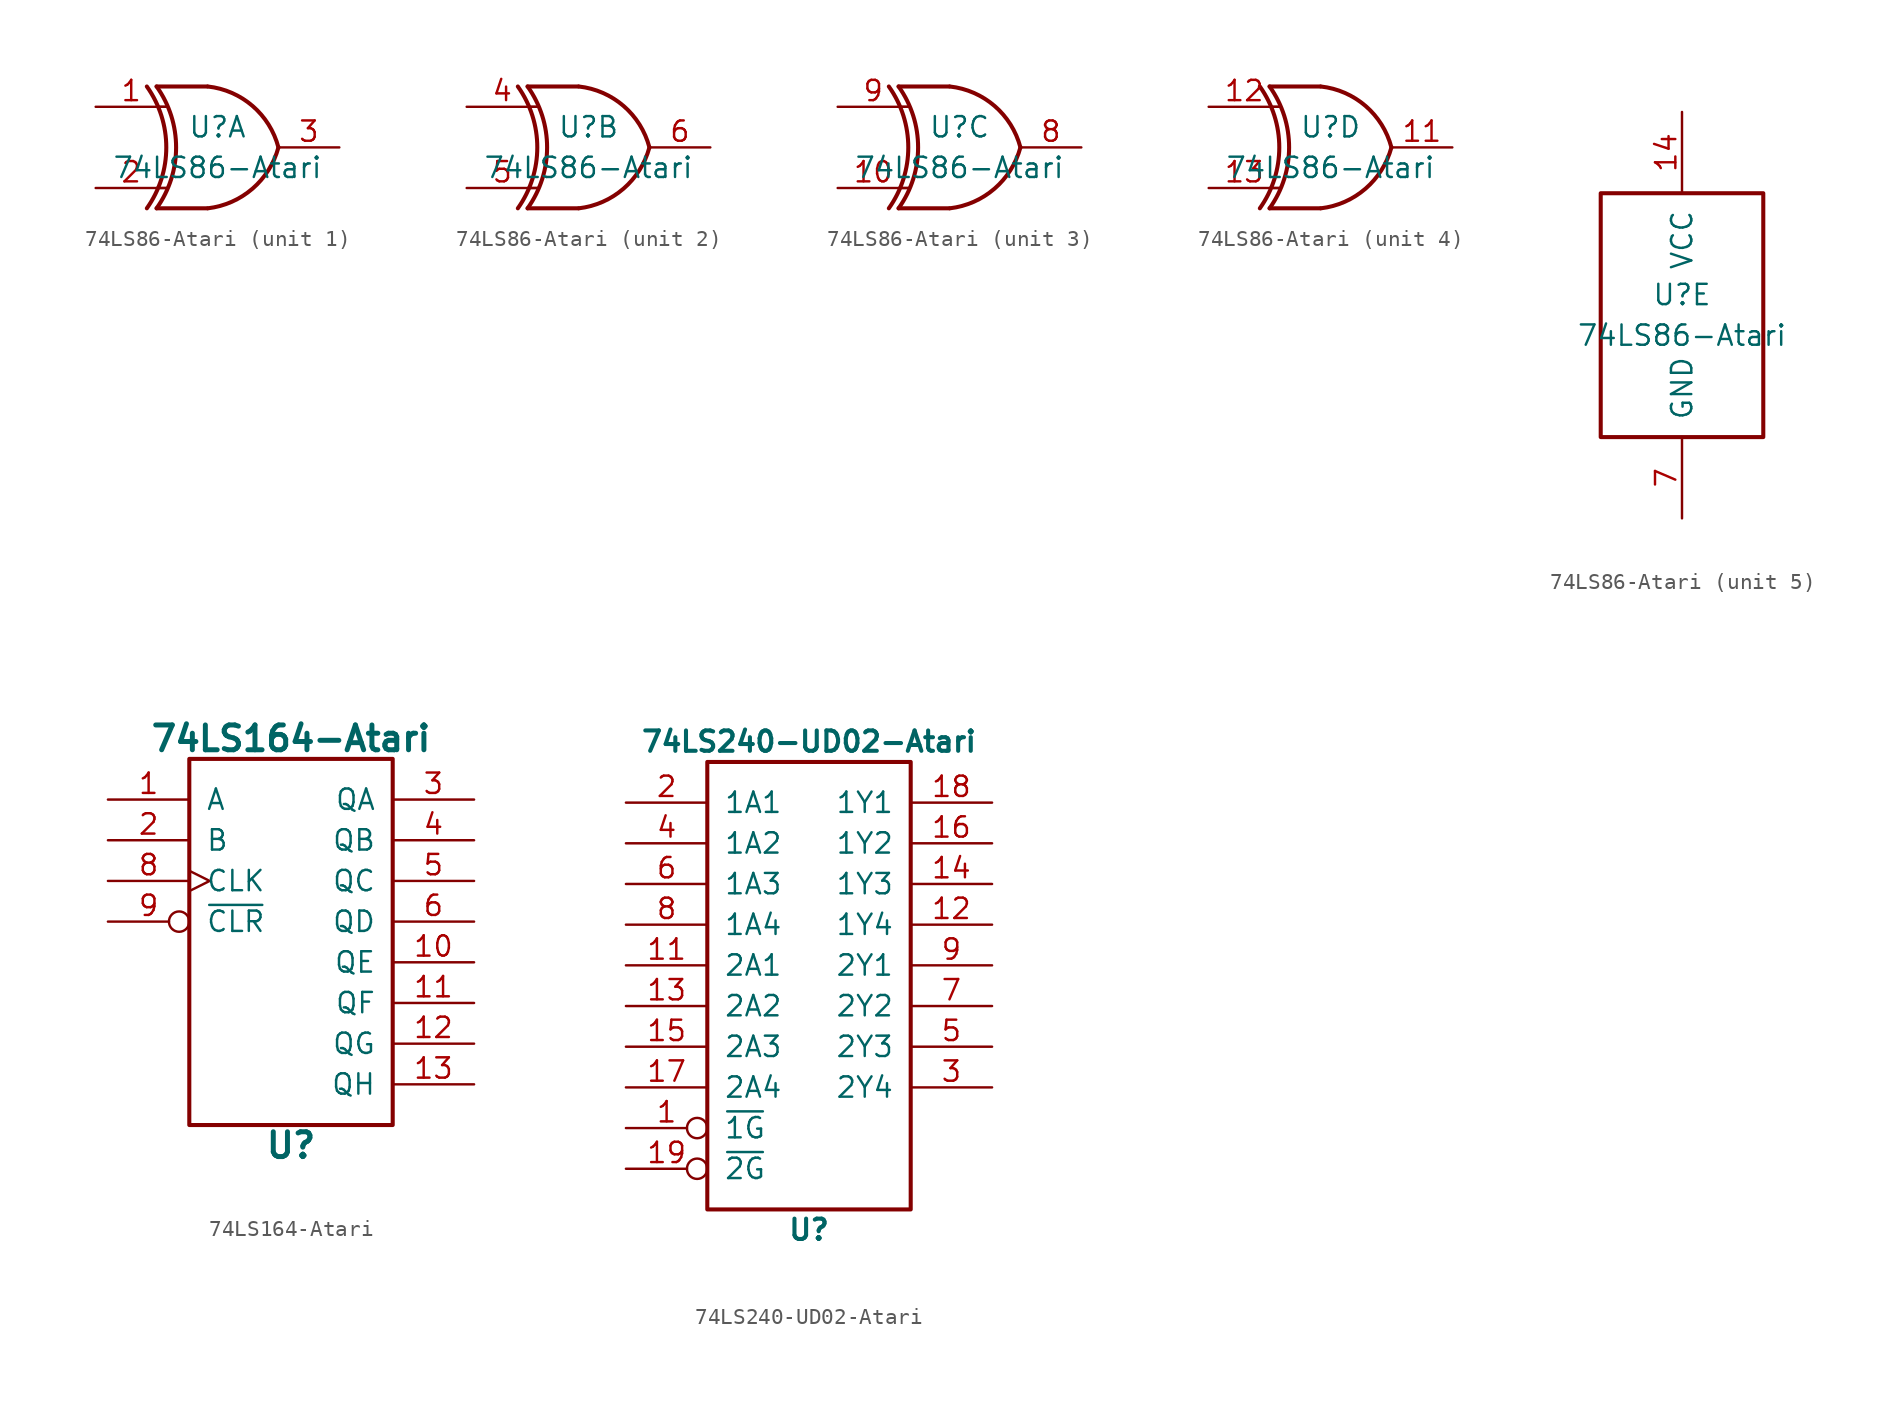
<source format=kicad_sym>
(kicad_symbol_lib
  (version 20231120)
  (generator "kicad_symbol_editor")
  (generator_version "8.0")
  (symbol "74LS86-Atari"
    (pin_names
      (offset 1.016))
    (property "Reference" "U"
      (at 0 1.27 0)
      (effects (font (size 1.27 1.27))))
    (property "Value" "74LS86-Atari"
      (at 0 -1.27 0)
      (effects (font (size 1.27 1.27))))
    (property "ki_locked" ""
      (at 0 0 0)
      (effects (font (size 1.27 1.27))))
    (symbol "74LS86-Atari_1_0"
      (arc (start -4.4196 -3.81) (mid -3.2033 0) (end -4.4196 3.81) (stroke (width 0.254) (type solid)) (fill (type none)))
      (arc (start -3.81 -3.81) (mid -2.589 0) (end -3.81 3.81) (stroke (width 0.254) (type solid)) (fill (type none)))
      (arc (start -0.6096 -3.81) (mid 2.1842 -2.5851) (end 3.81 0) (stroke (width 0.254) (type solid)) (fill (type none)))
      (polyline (pts (xy -3.81 -3.81) (xy -0.635 -3.81)) (stroke (width 0.254) (type solid)) (fill (type background)))
      (polyline (pts (xy -3.81 3.81) (xy -0.635 3.81)) (stroke (width 0.254) (type solid)) (fill (type none)))
      (polyline (pts (xy -0.635 3.81) (xy -3.81 3.81) (xy -3.81 3.81) (xy -3.556 3.404) (xy -3.023 2.261) (xy -2.692 1.041) (xy -2.616 -0.254) (xy -2.769 -1.499) (xy -3.175 -2.718) (xy -3.81 -3.81) (xy -3.81 -3.81) (xy -0.635 -3.81)) (stroke (width -25.4) (type solid)) (fill (type none)))
      (arc (start 3.81 0) (mid 2.1915 2.5936) (end -0.6096 3.81) (stroke (width 0.254) (type solid)) (fill (type none)))
      (pin input line (at -7.62 2.54 0) (length 4.445) (name "~" (effects (font (size 1.27 1.27)))) (number "1" (effects (font (size 1.27 1.27)))))
      (pin input line (at -7.62 -2.54 0) (length 4.445) (name "~" (effects (font (size 1.27 1.27)))) (number "2" (effects (font (size 1.27 1.27)))))
      (pin output line (at 7.62 0 180) (length 3.81) (name "~" (effects (font (size 1.27 1.27)))) (number "3" (effects (font (size 1.27 1.27))))))
    (symbol "74LS86-Atari_1_1"
      (polyline (pts (xy -3.81 -2.54) (xy -3.175 -2.54)) (stroke (width 0.152) (type solid)) (fill (type none)))
      (polyline (pts (xy -3.81 2.54) (xy -3.175 2.54)) (stroke (width 0.152) (type solid)) (fill (type none))))
    (symbol "74LS86-Atari_2_0"
      (arc (start -4.4196 -3.81) (mid -3.2033 0) (end -4.4196 3.81) (stroke (width 0.254) (type solid)) (fill (type none)))
      (arc (start -3.81 -3.81) (mid -2.589 0) (end -3.81 3.81) (stroke (width 0.254) (type solid)) (fill (type none)))
      (arc (start -0.6096 -3.81) (mid 2.1842 -2.5851) (end 3.81 0) (stroke (width 0.254) (type solid)) (fill (type none)))
      (polyline (pts (xy -3.81 -3.81) (xy -0.635 -3.81)) (stroke (width 0.254) (type solid)) (fill (type none)))
      (polyline (pts (xy -3.81 3.81) (xy -0.635 3.81)) (stroke (width 0.254) (type solid)) (fill (type none)))
      (polyline (pts (xy -0.635 3.81) (xy -3.81 3.81) (xy -3.81 3.81) (xy -3.556 3.404) (xy -3.023 2.261) (xy -2.692 1.041) (xy -2.616 -0.254) (xy -2.769 -1.499) (xy -3.175 -2.718) (xy -3.81 -3.81) (xy -3.81 -3.81) (xy -0.635 -3.81)) (stroke (width -25.4) (type solid)) (fill (type none)))
      (arc (start 3.81 0) (mid 2.1915 2.5936) (end -0.6096 3.81) (stroke (width 0.254) (type solid)) (fill (type none)))
      (pin input line (at -7.62 2.54 0) (length 4.445) (name "~" (effects (font (size 1.27 1.27)))) (number "4" (effects (font (size 1.27 1.27)))))
      (pin input line (at -7.62 -2.54 0) (length 4.445) (name "~" (effects (font (size 1.27 1.27)))) (number "5" (effects (font (size 1.27 1.27)))))
      (pin output line (at 7.62 0 180) (length 3.81) (name "~" (effects (font (size 1.27 1.27)))) (number "6" (effects (font (size 1.27 1.27))))))
    (symbol "74LS86-Atari_2_1"
      (polyline (pts (xy -3.81 -2.54) (xy -3.175 -2.54)) (stroke (width 0.152) (type solid)) (fill (type none)))
      (polyline (pts (xy -3.81 2.54) (xy -3.175 2.54)) (stroke (width 0.152) (type solid)) (fill (type none))))
    (symbol "74LS86-Atari_3_0"
      (arc (start -4.4196 -3.81) (mid -3.2033 0) (end -4.4196 3.81) (stroke (width 0.254) (type solid)) (fill (type none)))
      (arc (start -3.81 -3.81) (mid -2.589 0) (end -3.81 3.81) (stroke (width 0.254) (type solid)) (fill (type none)))
      (arc (start -0.6096 -3.81) (mid 2.1842 -2.5851) (end 3.81 0) (stroke (width 0.254) (type solid)) (fill (type none)))
      (polyline (pts (xy -3.81 -3.81) (xy -0.635 -3.81)) (stroke (width 0.254) (type solid)) (fill (type background)))
      (polyline (pts (xy -3.81 3.81) (xy -0.635 3.81)) (stroke (width 0.254) (type solid)) (fill (type background)))
      (polyline (pts (xy -0.635 3.81) (xy -3.81 3.81) (xy -3.81 3.81) (xy -3.556 3.404) (xy -3.023 2.261) (xy -2.692 1.041) (xy -2.616 -0.254) (xy -2.769 -1.499) (xy -3.175 -2.718) (xy -3.81 -3.81) (xy -3.81 -3.81) (xy -0.635 -3.81)) (stroke (width -25.4) (type solid)) (fill (type none)))
      (arc (start 3.81 0) (mid 2.1915 2.5936) (end -0.6096 3.81) (stroke (width 0.254) (type solid)) (fill (type none)))
      (pin input line (at -7.62 -2.54 0) (length 4.445) (name "~" (effects (font (size 1.27 1.27)))) (number "10" (effects (font (size 1.27 1.27)))))
      (pin output line (at 7.62 0 180) (length 3.81) (name "~" (effects (font (size 1.27 1.27)))) (number "8" (effects (font (size 1.27 1.27)))))
      (pin input line (at -7.62 2.54 0) (length 4.445) (name "~" (effects (font (size 1.27 1.27)))) (number "9" (effects (font (size 1.27 1.27))))))
    (symbol "74LS86-Atari_3_1"
      (polyline (pts (xy -3.81 -2.54) (xy -3.175 -2.54)) (stroke (width 0.152) (type solid)) (fill (type none)))
      (polyline (pts (xy -3.81 2.54) (xy -3.175 2.54)) (stroke (width 0.152) (type solid)) (fill (type none))))
    (symbol "74LS86-Atari_4_0"
      (arc (start -4.4196 -3.81) (mid -3.2033 0) (end -4.4196 3.81) (stroke (width 0.254) (type solid)) (fill (type none)))
      (arc (start -3.81 -3.81) (mid -2.589 0) (end -3.81 3.81) (stroke (width 0.254) (type solid)) (fill (type none)))
      (arc (start -0.6096 -3.81) (mid 2.1842 -2.5851) (end 3.81 0) (stroke (width 0.254) (type solid)) (fill (type none)))
      (polyline (pts (xy -3.81 -3.81) (xy -0.635 -3.81)) (stroke (width 0.254) (type solid)) (fill (type none)))
      (polyline (pts (xy -3.81 3.81) (xy -0.635 3.81)) (stroke (width 0.254) (type solid)) (fill (type none)))
      (polyline (pts (xy -0.635 3.81) (xy -3.81 3.81) (xy -3.81 3.81) (xy -3.556 3.404) (xy -3.023 2.261) (xy -2.692 1.041) (xy -2.616 -0.254) (xy -2.769 -1.499) (xy -3.175 -2.718) (xy -3.81 -3.81) (xy -3.81 -3.81) (xy -0.635 -3.81)) (stroke (width -25.4) (type solid)) (fill (type none)))
      (arc (start 3.81 0) (mid 2.1915 2.5936) (end -0.6096 3.81) (stroke (width 0.254) (type solid)) (fill (type none)))
      (pin output line (at 7.62 0 180) (length 3.81) (name "~" (effects (font (size 1.27 1.27)))) (number "11" (effects (font (size 1.27 1.27)))))
      (pin input line (at -7.62 2.54 0) (length 4.445) (name "~" (effects (font (size 1.27 1.27)))) (number "12" (effects (font (size 1.27 1.27)))))
      (pin input line (at -7.62 -2.54 0) (length 4.445) (name "~" (effects (font (size 1.27 1.27)))) (number "13" (effects (font (size 1.27 1.27))))))
    (symbol "74LS86-Atari_4_1"
      (polyline (pts (xy -3.81 -2.54) (xy -3.175 -2.54)) (stroke (width 0.152) (type solid)) (fill (type none)))
      (polyline (pts (xy -3.81 2.54) (xy -3.175 2.54)) (stroke (width 0.152) (type solid)) (fill (type none))))
    (symbol "74LS86-Atari_5_0"
      (pin power_in line (at 0 12.7 270) (length 5.08) (name "VCC" (effects (font (size 1.27 1.27)))) (number "14" (effects (font (size 1.27 1.27)))))
      (pin power_in line (at 0 -12.7 90) (length 5.08) (name "GND" (effects (font (size 1.27 1.27)))) (number "7" (effects (font (size 1.27 1.27))))))
    (symbol "74LS86-Atari_5_1"
      (rectangle (start -5.08 7.62) (end 5.08 -7.62) (stroke (width 0.254) (type solid)) (fill (type none)))))
  (symbol "74LS164-Atari"
    (pin_names
      (offset 1.016))
    (property "Reference" "U"
      (at 0 -10.16 0)
      (effects (font (size 1.549 1.549) (bold yes))))
    (property "Value" "74LS164-Atari"
      (at 0 15.24 0)
      (effects (font (size 1.549 1.549) (bold yes))))
    (symbol "74LS164-Atari_0_0"
      (pin input line (at -11.43 11.43 0) (length 5.08) (name "A" (effects (font (size 1.27 1.27)))) (number "1" (effects (font (size 1.27 1.27)))))
      (pin output line (at 11.43 1.27 180) (length 5.08) (name "QE" (effects (font (size 1.27 1.27)))) (number "10" (effects (font (size 1.27 1.27)))))
      (pin output line (at 11.43 -1.27 180) (length 5.08) (name "QF" (effects (font (size 1.27 1.27)))) (number "11" (effects (font (size 1.27 1.27)))))
      (pin output line (at 11.43 -3.81 180) (length 5.08) (name "QG" (effects (font (size 1.27 1.27)))) (number "12" (effects (font (size 1.27 1.27)))))
      (pin output line (at 11.43 -6.35 180) (length 5.08) (name "QH" (effects (font (size 1.27 1.27)))) (number "13" (effects (font (size 1.27 1.27)))))
      (pin input line (at 0 3.81 270) (length 0) hide (name "VCC" (effects (font (size 0 0)))) (number "14" (effects (font (size 1.27 1.27)))))
      (pin input line (at -11.43 8.89 0) (length 5.08) (name "B" (effects (font (size 1.27 1.27)))) (number "2" (effects (font (size 1.27 1.27)))))
      (pin output line (at 11.43 11.43 180) (length 5.08) (name "QA" (effects (font (size 1.27 1.27)))) (number "3" (effects (font (size 1.27 1.27)))))
      (pin output line (at 11.43 8.89 180) (length 5.08) (name "QB" (effects (font (size 1.27 1.27)))) (number "4" (effects (font (size 1.27 1.27)))))
      (pin output line (at 11.43 6.35 180) (length 5.08) (name "QC" (effects (font (size 1.27 1.27)))) (number "5" (effects (font (size 1.27 1.27)))))
      (pin output line (at 11.43 3.81 180) (length 5.08) (name "QD" (effects (font (size 1.27 1.27)))) (number "6" (effects (font (size 1.27 1.27)))))
      (pin power_in line (at 0 2.54 90) (length 0) hide (name "GND" (effects (font (size 0 0)))) (number "7" (effects (font (size 1.27 1.27)))))
      (pin input clock (at -11.43 6.35 0) (length 5.08) (name "CLK" (effects (font (size 1.27 1.27)))) (number "8" (effects (font (size 1.27 1.27)))))
      (pin input inverted (at -11.43 3.81 0) (length 5.08) (name "~{CLR}" (effects (font (size 1.27 1.27)))) (number "9" (effects (font (size 1.27 1.27))))))
    (symbol "74LS164-Atari_0_1"
      (rectangle (start 6.35 -8.89) (end -6.35 13.97) (stroke (width 0.254) (type solid)) (fill (type none)))))
  (symbol "74LS240-UD02-Atari"
    (pin_names
      (offset 1.016))
    (property "Reference" "U"
      (at 0 -15.24 0)
      (effects (font (size 1.27 1.27) (bold yes))))
    (property "Value" "74LS240-UD02-Atari"
      (at 0 15.24 0)
      (effects (font (size 1.27 1.27) (bold yes))))
    (symbol "74LS240-UD02-Atari_1_0"
      (pin input inverted (at -11.43 -8.89 0) (length 5.08) (name "~{1G}" (effects (font (size 1.27 1.27)))) (number "1" (effects (font (size 1.27 1.27)))))
      (pin input line (at -11.43 1.27 0) (length 5.08) (name "2A1" (effects (font (size 1.27 1.27)))) (number "11" (effects (font (size 1.27 1.27)))))
      (pin output line (at 11.43 3.81 180) (length 5.08) (name "1Y4" (effects (font (size 1.27 1.27)))) (number "12" (effects (font (size 1.27 1.27)))))
      (pin input line (at -11.43 -1.27 0) (length 5.08) (name "2A2" (effects (font (size 1.27 1.27)))) (number "13" (effects (font (size 1.27 1.27)))))
      (pin output line (at 11.43 6.35 180) (length 5.08) (name "1Y3" (effects (font (size 1.27 1.27)))) (number "14" (effects (font (size 1.27 1.27)))))
      (pin input line (at -11.43 -3.81 0) (length 5.08) (name "2A3" (effects (font (size 1.27 1.27)))) (number "15" (effects (font (size 1.27 1.27)))))
      (pin output line (at 11.43 8.89 180) (length 5.08) (name "1Y2" (effects (font (size 1.27 1.27)))) (number "16" (effects (font (size 1.27 1.27)))))
      (pin input line (at -11.43 -6.35 0) (length 5.08) (name "2A4" (effects (font (size 1.27 1.27)))) (number "17" (effects (font (size 1.27 1.27)))))
      (pin output line (at 11.43 11.43 180) (length 5.08) (name "1Y1" (effects (font (size 1.27 1.27)))) (number "18" (effects (font (size 1.27 1.27)))))
      (pin input inverted (at -11.43 -11.43 0) (length 5.08) (name "~{2G}" (effects (font (size 1.27 1.27)))) (number "19" (effects (font (size 1.27 1.27)))))
      (pin input line (at -11.43 11.43 0) (length 5.08) (name "1A1" (effects (font (size 1.27 1.27)))) (number "2" (effects (font (size 1.27 1.27)))))
      (pin output line (at 11.43 -6.35 180) (length 5.08) (name "2Y4" (effects (font (size 1.27 1.27)))) (number "3" (effects (font (size 1.27 1.27)))))
      (pin input line (at -11.43 8.89 0) (length 5.08) (name "1A2" (effects (font (size 1.27 1.27)))) (number "4" (effects (font (size 1.27 1.27)))))
      (pin output line (at 11.43 -3.81 180) (length 5.08) (name "2Y3" (effects (font (size 1.27 1.27)))) (number "5" (effects (font (size 1.27 1.27)))))
      (pin input line (at -11.43 6.35 0) (length 5.08) (name "1A3" (effects (font (size 1.27 1.27)))) (number "6" (effects (font (size 1.27 1.27)))))
      (pin output line (at 11.43 -1.27 180) (length 5.08) (name "2Y2" (effects (font (size 1.27 1.27)))) (number "7" (effects (font (size 1.27 1.27)))))
      (pin input line (at -11.43 3.81 0) (length 5.08) (name "1A4" (effects (font (size 1.27 1.27)))) (number "8" (effects (font (size 1.27 1.27)))))
      (pin output line (at 11.43 1.27 180) (length 5.08) (name "2Y1" (effects (font (size 1.27 1.27)))) (number "9" (effects (font (size 1.27 1.27))))))
    (symbol "74LS240-UD02-Atari_1_1"
      (rectangle (start -6.35 13.97) (end 6.35 -13.97) (stroke (width 0.254) (type solid)) (fill (type none)))
      (pin power_in line (at 0 -2.54 90) (length 0) hide (name "GND" (effects (font (size 0 0)))) (number "10" (effects (font (size 1.27 1.27)))))
      (pin power_in line (at 0 2.54 270) (length 0) hide (name "VCC" (effects (font (size 0 0)))) (number "20" (effects (font (size 1.27 1.27))))))))
</source>
